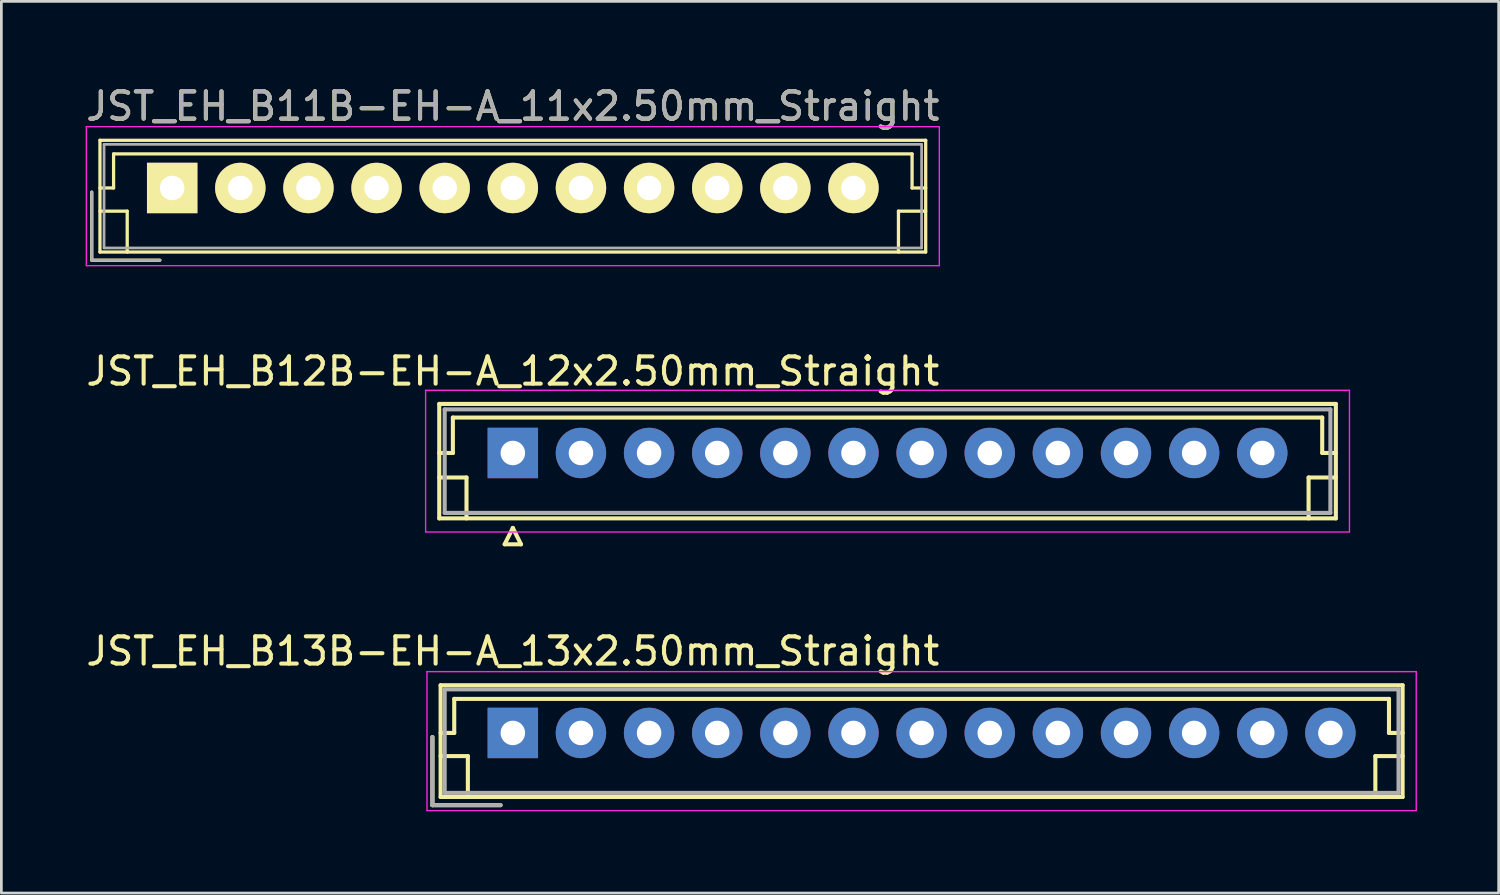
<source format=kicad_pcb>
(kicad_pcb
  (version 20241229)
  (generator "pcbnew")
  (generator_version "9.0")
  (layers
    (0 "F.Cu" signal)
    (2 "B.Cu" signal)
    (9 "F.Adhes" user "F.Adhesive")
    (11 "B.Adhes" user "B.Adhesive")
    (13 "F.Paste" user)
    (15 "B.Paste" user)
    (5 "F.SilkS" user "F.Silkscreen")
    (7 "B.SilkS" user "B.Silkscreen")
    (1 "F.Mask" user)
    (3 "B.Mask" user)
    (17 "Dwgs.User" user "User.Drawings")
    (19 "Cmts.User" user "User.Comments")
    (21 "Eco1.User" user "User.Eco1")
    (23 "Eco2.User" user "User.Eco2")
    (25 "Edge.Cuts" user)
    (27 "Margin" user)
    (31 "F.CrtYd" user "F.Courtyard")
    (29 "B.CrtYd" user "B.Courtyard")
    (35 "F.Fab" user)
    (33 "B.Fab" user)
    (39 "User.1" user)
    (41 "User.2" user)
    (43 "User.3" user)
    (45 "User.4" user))
  (footprint "JST_EH_B11B-EH-A_11x2.50mm_Straight"
    (layer "F.Cu")
    (at 3.268 3.848)
    (property "Reference" "JST_EH_B11B-EH-A_11x2.50mm_Straight" (at 12.5 -3 0) (layer "F.SilkS") (effects (font (size 1 1) (thickness 0.15))))
    (attr through_hole)
    (fp_line (start -2.95 0.15) (end -2.95 2.65) (stroke (width 0.12) (type solid)) (layer "F.SilkS"))
    (fp_line (start -2.95 2.65) (end -0.45 2.65) (stroke (width 0.12) (type solid)) (layer "F.SilkS"))
    (fp_line (start -2.65 -1.75) (end -2.65 2.35) (stroke (width 0.12) (type solid)) (layer "F.SilkS"))
    (fp_line (start -2.65 0) (end -2.15 0) (stroke (width 0.12) (type solid)) (layer "F.SilkS"))
    (fp_line (start -2.65 0.85) (end -1.65 0.85) (stroke (width 0.12) (type solid)) (layer "F.SilkS"))
    (fp_line (start -2.65 2.35) (end 27.65 2.35) (stroke (width 0.12) (type solid)) (layer "F.SilkS"))
    (fp_line (start -2.15 -1.25) (end 27.15 -1.25) (stroke (width 0.12) (type solid)) (layer "F.SilkS"))
    (fp_line (start -2.15 0) (end -2.15 -1.25) (stroke (width 0.12) (type solid)) (layer "F.SilkS"))
    (fp_line (start -1.65 0.85) (end -1.65 2.35) (stroke (width 0.12) (type solid)) (layer "F.SilkS"))
    (fp_line (start 26.65 0.85) (end 26.65 2.35) (stroke (width 0.12) (type solid)) (layer "F.SilkS"))
    (fp_line (start 27.15 -1.25) (end 27.15 0) (stroke (width 0.12) (type solid)) (layer "F.SilkS"))
    (fp_line (start 27.15 0) (end 27.65 0) (stroke (width 0.12) (type solid)) (layer "F.SilkS"))
    (fp_line (start 27.65 -1.75) (end -2.65 -1.75) (stroke (width 0.12) (type solid)) (layer "F.SilkS"))
    (fp_line (start 27.65 0.85) (end 26.65 0.85) (stroke (width 0.12) (type solid)) (layer "F.SilkS"))
    (fp_line (start 27.65 2.35) (end 27.65 -1.75) (stroke (width 0.12) (type solid)) (layer "F.SilkS"))
    (fp_line (start -3.15 -2.25) (end -3.15 2.85) (stroke (width 0.05) (type solid)) (layer "F.CrtYd"))
    (fp_line (start -3.15 2.85) (end 28.15 2.85) (stroke (width 0.05) (type solid)) (layer "F.CrtYd"))
    (fp_line (start 28.15 -2.25) (end -3.15 -2.25) (stroke (width 0.05) (type solid)) (layer "F.CrtYd"))
    (fp_line (start 28.15 2.85) (end 28.15 -2.25) (stroke (width 0.05) (type solid)) (layer "F.CrtYd"))
    (fp_line (start -2.95 0.15) (end -2.95 2.65) (stroke (width 0.1) (type solid)) (layer "F.Fab"))
    (fp_line (start -2.95 2.65) (end -0.45 2.65) (stroke (width 0.1) (type solid)) (layer "F.Fab"))
    (fp_line (start -2.5 -1.6) (end -2.5 2.2) (stroke (width 0.1) (type solid)) (layer "F.Fab"))
    (fp_line (start -2.5 2.2) (end 27.5 2.2) (stroke (width 0.1) (type solid)) (layer "F.Fab"))
    (fp_line (start 27.5 -1.6) (end -2.5 -1.6) (stroke (width 0.1) (type solid)) (layer "F.Fab"))
    (fp_line (start 27.5 2.2) (end 27.5 -1.6) (stroke (width 0.1) (type solid)) (layer "F.Fab"))
    (fp_text user "${REFERENCE}" (at 12.5 -3 0) (layer "F.Fab") (effects (font (size 1 1) (thickness 0.15))))
    (pad "1" thru_hole rect (at 0 0) (size 1.85 1.85) (drill 0.9) (layers "*.Cu" "*.Mask" "F.SilkS"))
    (pad "2" thru_hole circle (at 2.5 0) (size 1.85 1.85) (drill 0.9) (layers "*.Cu" "*.Mask" "F.SilkS"))
    (pad "3" thru_hole circle (at 5 0) (size 1.85 1.85) (drill 0.9) (layers "*.Cu" "*.Mask" "F.SilkS"))
    (pad "4" thru_hole circle (at 7.5 0) (size 1.85 1.85) (drill 0.9) (layers "*.Cu" "*.Mask" "F.SilkS"))
    (pad "5" thru_hole circle (at 10 0) (size 1.85 1.85) (drill 0.9) (layers "*.Cu" "*.Mask" "F.SilkS"))
    (pad "6" thru_hole circle (at 12.5 0) (size 1.85 1.85) (drill 0.9) (layers "*.Cu" "*.Mask" "F.SilkS"))
    (pad "7" thru_hole circle (at 15 0) (size 1.85 1.85) (drill 0.9) (layers "*.Cu" "*.Mask" "F.SilkS"))
    (pad "8" thru_hole circle (at 17.5 0) (size 1.85 1.85) (drill 0.9) (layers "*.Cu" "*.Mask" "F.SilkS"))
    (pad "9" thru_hole circle (at 20 0) (size 1.85 1.85) (drill 0.9) (layers "*.Cu" "*.Mask" "F.SilkS"))
    (pad "10" thru_hole circle (at 22.5 0) (size 1.85 1.85) (drill 0.9) (layers "*.Cu" "*.Mask" "F.SilkS"))
    (pad "11" thru_hole circle (at 25 0) (size 1.85 1.85) (drill 0.9) (layers "*.Cu" "*.Mask" "F.SilkS")))
  (footprint "JST_EH_B13B-EH-A_13x2.50mm_Straight"
    (layer "F.Cu")
    (at 15.768 23.845)
    (property "Reference" "JST_EH_B13B-EH-A_13x2.50mm_Straight" (at 0 -3 0) (layer "F.SilkS") (effects (font (size 1 1) (thickness 0.15))))
    (attr through_hole)
    (fp_line (start -2.95 0.15) (end -2.95 2.65) (stroke (width 0.15) (type solid)) (layer "F.SilkS"))
    (fp_line (start -2.95 2.65) (end -0.45 2.65) (stroke (width 0.15) (type solid)) (layer "F.SilkS"))
    (fp_line (start -2.65 -1.75) (end -2.65 2.35) (stroke (width 0.15) (type solid)) (layer "F.SilkS"))
    (fp_line (start -2.65 0) (end -2.15 0) (stroke (width 0.15) (type solid)) (layer "F.SilkS"))
    (fp_line (start -2.65 0.85) (end -1.65 0.85) (stroke (width 0.15) (type solid)) (layer "F.SilkS"))
    (fp_line (start -2.65 2.35) (end 32.65 2.35) (stroke (width 0.15) (type solid)) (layer "F.SilkS"))
    (fp_line (start -2.15 -1.25) (end 32.15 -1.25) (stroke (width 0.15) (type solid)) (layer "F.SilkS"))
    (fp_line (start -2.15 0) (end -2.15 -1.25) (stroke (width 0.15) (type solid)) (layer "F.SilkS"))
    (fp_line (start -1.65 0.85) (end -1.65 2.35) (stroke (width 0.15) (type solid)) (layer "F.SilkS"))
    (fp_line (start 31.65 0.85) (end 31.65 2.35) (stroke (width 0.15) (type solid)) (layer "F.SilkS"))
    (fp_line (start 32.15 -1.25) (end 32.15 0) (stroke (width 0.15) (type solid)) (layer "F.SilkS"))
    (fp_line (start 32.15 0) (end 32.65 0) (stroke (width 0.15) (type solid)) (layer "F.SilkS"))
    (fp_line (start 32.65 -1.75) (end -2.65 -1.75) (stroke (width 0.15) (type solid)) (layer "F.SilkS"))
    (fp_line (start 32.65 0.85) (end 31.65 0.85) (stroke (width 0.15) (type solid)) (layer "F.SilkS"))
    (fp_line (start 32.65 2.35) (end 32.65 -1.75) (stroke (width 0.15) (type solid)) (layer "F.SilkS"))
    (fp_line (start -3.15 -2.25) (end -3.15 2.85) (stroke (width 0.05) (type solid)) (layer "F.CrtYd"))
    (fp_line (start -3.15 2.85) (end 33.15 2.85) (stroke (width 0.05) (type solid)) (layer "F.CrtYd"))
    (fp_line (start 33.15 -2.25) (end -3.15 -2.25) (stroke (width 0.05) (type solid)) (layer "F.CrtYd"))
    (fp_line (start 33.15 2.85) (end 33.15 -2.25) (stroke (width 0.05) (type solid)) (layer "F.CrtYd"))
    (fp_line (start -2.95 0.15) (end -2.95 2.65) (stroke (width 0.15) (type solid)) (layer "F.Fab"))
    (fp_line (start -2.95 2.65) (end -0.45 2.65) (stroke (width 0.15) (type solid)) (layer "F.Fab"))
    (fp_line (start -2.5 -1.6) (end -2.5 2.2) (stroke (width 0.15) (type solid)) (layer "F.Fab"))
    (fp_line (start -2.5 2.2) (end 32.5 2.2) (stroke (width 0.15) (type solid)) (layer "F.Fab"))
    (fp_line (start 32.5 -1.6) (end -2.5 -1.6) (stroke (width 0.15) (type solid)) (layer "F.Fab"))
    (fp_line (start 32.5 2.2) (end 32.5 -1.6) (stroke (width 0.15) (type solid)) (layer "F.Fab"))
    (pad "1" thru_hole rect (at 0 0) (size 1.85 1.85) (drill 0.9) (layers "*.Cu" "*.Mask"))
    (pad "2" thru_hole circle (at 2.5 0) (size 1.85 1.85) (drill 0.9) (layers "*.Cu" "*.Mask"))
    (pad "3" thru_hole circle (at 5 0) (size 1.85 1.85) (drill 0.9) (layers "*.Cu" "*.Mask"))
    (pad "4" thru_hole circle (at 7.5 0) (size 1.85 1.85) (drill 0.9) (layers "*.Cu" "*.Mask"))
    (pad "5" thru_hole circle (at 10 0) (size 1.85 1.85) (drill 0.9) (layers "*.Cu" "*.Mask"))
    (pad "6" thru_hole circle (at 12.5 0) (size 1.85 1.85) (drill 0.9) (layers "*.Cu" "*.Mask"))
    (pad "7" thru_hole circle (at 15 0) (size 1.85 1.85) (drill 0.9) (layers "*.Cu" "*.Mask"))
    (pad "8" thru_hole circle (at 17.5 0) (size 1.85 1.85) (drill 0.9) (layers "*.Cu" "*.Mask"))
    (pad "9" thru_hole circle (at 20 0) (size 1.85 1.85) (drill 0.9) (layers "*.Cu" "*.Mask"))
    (pad "10" thru_hole circle (at 22.5 0) (size 1.85 1.85) (drill 0.9) (layers "*.Cu" "*.Mask"))
    (pad "11" thru_hole circle (at 25 0) (size 1.85 1.85) (drill 0.9) (layers "*.Cu" "*.Mask"))
    (pad "12" thru_hole circle (at 27.5 0) (size 1.85 1.85) (drill 0.9) (layers "*.Cu" "*.Mask"))
    (pad "13" thru_hole circle (at 30 0) (size 1.85 1.85) (drill 0.9) (layers "*.Cu" "*.Mask")))
  (footprint "JST_EH_B12B-EH-A_12x2.50mm_Straight"
    (layer "F.Cu")
    (at 15.768 13.572)
    (property "Reference" "JST_EH_B12B-EH-A_12x2.50mm_Straight" (at 0 -3 0) (layer "F.SilkS") (effects (font (size 1 1) (thickness 0.15))))
    (attr through_hole)
    (fp_line (start -2.7 -1.8) (end -2.7 2.4) (stroke (width 0.15) (type solid)) (layer "F.SilkS"))
    (fp_line (start -2.7 0) (end -2.2 0) (stroke (width 0.15) (type solid)) (layer "F.SilkS"))
    (fp_line (start -2.7 0.9) (end -1.7 0.9) (stroke (width 0.15) (type solid)) (layer "F.SilkS"))
    (fp_line (start -2.7 2.4) (end 30.2 2.4) (stroke (width 0.15) (type solid)) (layer "F.SilkS"))
    (fp_line (start -2.2 -1.3) (end 29.7 -1.3) (stroke (width 0.15) (type solid)) (layer "F.SilkS"))
    (fp_line (start -2.2 0) (end -2.2 -1.3) (stroke (width 0.15) (type solid)) (layer "F.SilkS"))
    (fp_line (start -1.7 0.9) (end -1.7 2.4) (stroke (width 0.15) (type solid)) (layer "F.SilkS"))
    (fp_line (start -0.3 3.35) (end 0.3 3.35) (stroke (width 0.15) (type solid)) (layer "F.SilkS"))
    (fp_line (start 0 2.75) (end -0.3 3.35) (stroke (width 0.15) (type solid)) (layer "F.SilkS"))
    (fp_line (start 0.3 3.35) (end 0 2.75) (stroke (width 0.15) (type solid)) (layer "F.SilkS"))
    (fp_line (start 29.2 0.9) (end 29.2 2.4) (stroke (width 0.15) (type solid)) (layer "F.SilkS"))
    (fp_line (start 29.7 -1.3) (end 29.7 0) (stroke (width 0.15) (type solid)) (layer "F.SilkS"))
    (fp_line (start 29.7 0) (end 30.2 0) (stroke (width 0.15) (type solid)) (layer "F.SilkS"))
    (fp_line (start 30.2 -1.8) (end -2.7 -1.8) (stroke (width 0.15) (type solid)) (layer "F.SilkS"))
    (fp_line (start 30.2 0.9) (end 29.2 0.9) (stroke (width 0.15) (type solid)) (layer "F.SilkS"))
    (fp_line (start 30.2 2.4) (end 30.2 -1.8) (stroke (width 0.15) (type solid)) (layer "F.SilkS"))
    (fp_line (start -3.2 -2.3) (end -3.2 2.9) (stroke (width 0.05) (type solid)) (layer "F.CrtYd"))
    (fp_line (start -3.2 2.9) (end 30.7 2.9) (stroke (width 0.05) (type solid)) (layer "F.CrtYd"))
    (fp_line (start 30.7 -2.3) (end -3.2 -2.3) (stroke (width 0.05) (type solid)) (layer "F.CrtYd"))
    (fp_line (start 30.7 2.9) (end 30.7 -2.3) (stroke (width 0.05) (type solid)) (layer "F.CrtYd"))
    (fp_line (start -2.5 -1.6) (end -2.5 2.2) (stroke (width 0.15) (type solid)) (layer "F.Fab"))
    (fp_line (start -2.5 2.2) (end 30 2.2) (stroke (width 0.15) (type solid)) (layer "F.Fab"))
    (fp_line (start 30 -1.6) (end -2.5 -1.6) (stroke (width 0.15) (type solid)) (layer "F.Fab"))
    (fp_line (start 30 2.2) (end 30 -1.6) (stroke (width 0.15) (type solid)) (layer "F.Fab"))
    (pad "1" thru_hole rect (at 0 0) (size 1.85 1.85) (drill 0.9) (layers "*.Cu" "*.Mask"))
    (pad "2" thru_hole circle (at 2.5 0) (size 1.85 1.85) (drill 0.9) (layers "*.Cu" "*.Mask"))
    (pad "3" thru_hole circle (at 5 0) (size 1.85 1.85) (drill 0.9) (layers "*.Cu" "*.Mask"))
    (pad "4" thru_hole circle (at 7.5 0) (size 1.85 1.85) (drill 0.9) (layers "*.Cu" "*.Mask"))
    (pad "5" thru_hole circle (at 10 0) (size 1.85 1.85) (drill 0.9) (layers "*.Cu" "*.Mask"))
    (pad "6" thru_hole circle (at 12.5 0) (size 1.85 1.85) (drill 0.9) (layers "*.Cu" "*.Mask"))
    (pad "7" thru_hole circle (at 15 0) (size 1.85 1.85) (drill 0.9) (layers "*.Cu" "*.Mask"))
    (pad "8" thru_hole circle (at 17.5 0) (size 1.85 1.85) (drill 0.9) (layers "*.Cu" "*.Mask"))
    (pad "9" thru_hole circle (at 20 0) (size 1.85 1.85) (drill 0.9) (layers "*.Cu" "*.Mask"))
    (pad "10" thru_hole circle (at 22.5 0) (size 1.85 1.85) (drill 0.9) (layers "*.Cu" "*.Mask"))
    (pad "11" thru_hole circle (at 25 0) (size 1.85 1.85) (drill 0.9) (layers "*.Cu" "*.Mask"))
    (pad "12" thru_hole circle (at 27.5 0) (size 1.85 1.85) (drill 0.9) (layers "*.Cu" "*.Mask")))
  (gr_rect
    (start -3 -3)
    (end 51.943 29.72)
    (stroke (width 0.1) (type default))
    (fill no)
    (layer "Edge.Cuts")))
</source>
